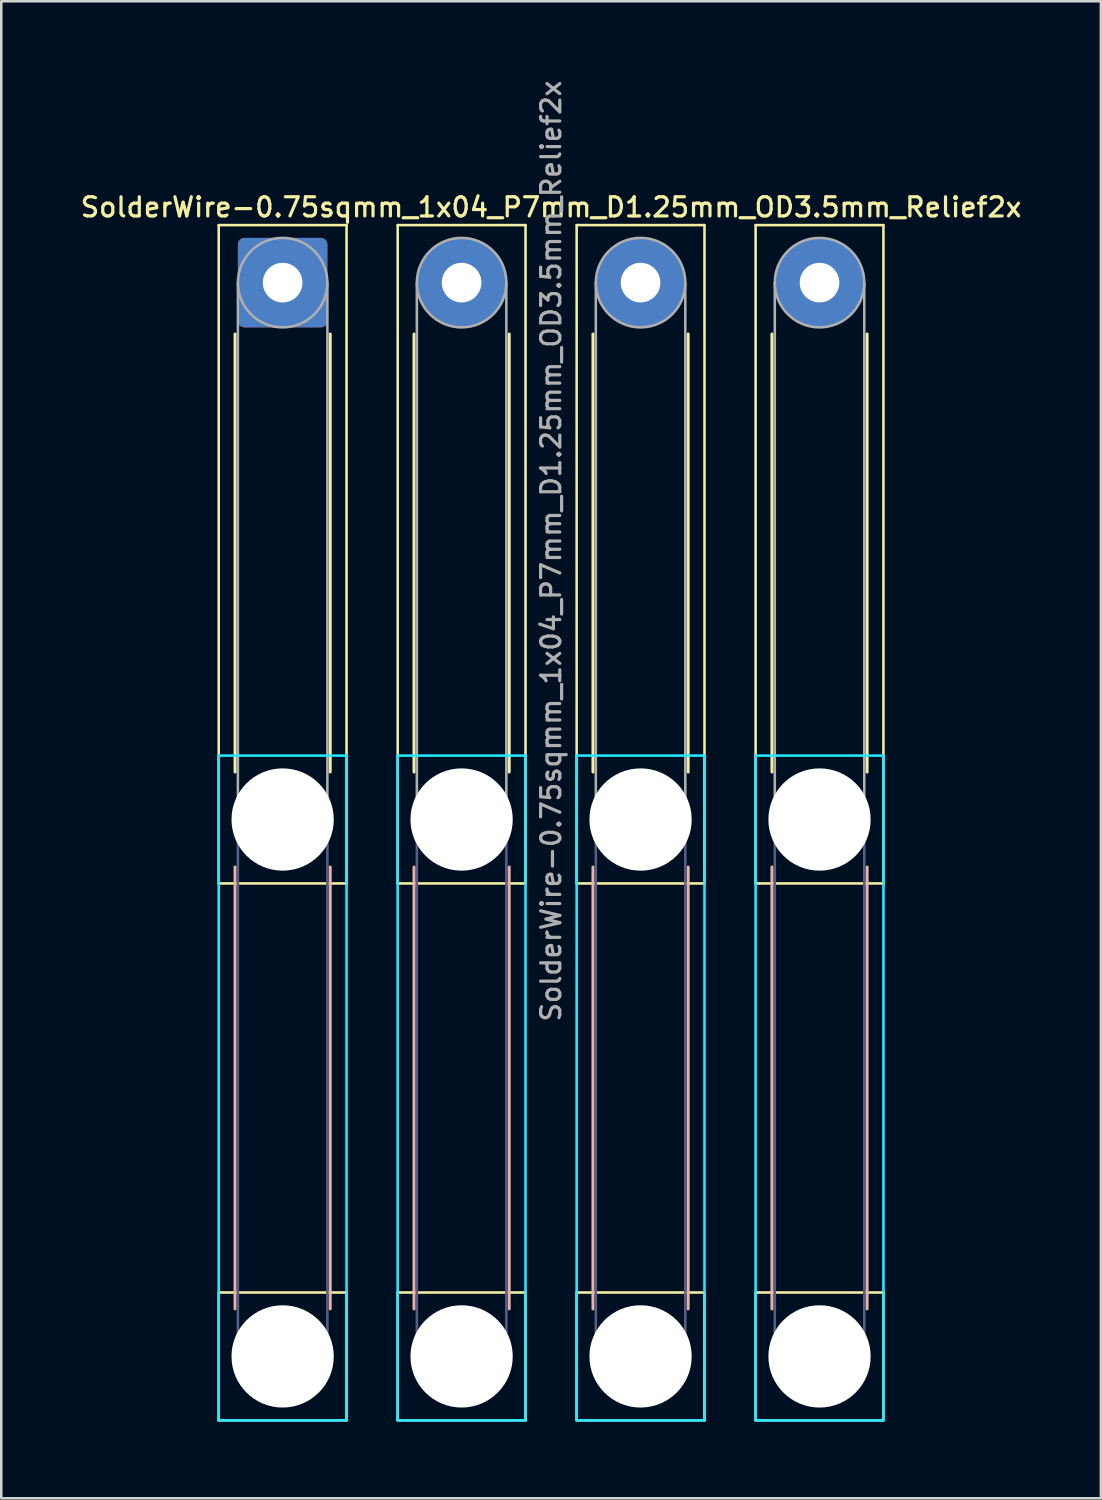
<source format=kicad_pcb>
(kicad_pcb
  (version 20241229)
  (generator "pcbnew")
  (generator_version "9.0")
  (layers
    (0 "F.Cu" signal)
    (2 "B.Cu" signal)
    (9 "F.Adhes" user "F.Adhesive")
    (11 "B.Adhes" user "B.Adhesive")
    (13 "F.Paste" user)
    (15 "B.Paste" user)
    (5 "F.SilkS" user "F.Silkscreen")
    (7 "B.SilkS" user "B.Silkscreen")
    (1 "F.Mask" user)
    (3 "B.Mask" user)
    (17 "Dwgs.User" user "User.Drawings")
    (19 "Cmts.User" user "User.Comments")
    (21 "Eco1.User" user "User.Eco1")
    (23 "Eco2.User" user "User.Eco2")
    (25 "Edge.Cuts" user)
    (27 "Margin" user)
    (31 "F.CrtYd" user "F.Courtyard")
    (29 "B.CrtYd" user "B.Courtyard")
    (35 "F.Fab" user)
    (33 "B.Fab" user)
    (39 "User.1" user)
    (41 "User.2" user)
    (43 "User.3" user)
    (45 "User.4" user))
  (footprint "SolderWire-0.75sqmm_1x04_P7mm_D1.25mm_OD3.5mm_Relief2x"
    (layer "F.Cu")
    (at 8.005 8.005)
    (property "Reference" "SolderWire-0.75sqmm_1x04_P7mm_D1.25mm_OD3.5mm_Relief2x" (at 10.5 -2.95 0) (layer "F.SilkS") (effects (font (size 0.75 0.75) (thickness 0.125))))
    (attr exclude_from_pos_files exclude_from_bom)
    (fp_line (start -2.5 -2.25) (end -2.5 23.5) (stroke (width 0.1) (type solid)) (layer "F.SilkS"))
    (fp_line (start -2.5 23.5) (end 2.5 23.5) (stroke (width 0.1) (type solid)) (layer "F.SilkS"))
    (fp_line (start -2.5 39.5) (end -2.5 44.5) (stroke (width 0.1) (type solid)) (layer "F.SilkS"))
    (fp_line (start -2.5 44.5) (end 2.5 44.5) (stroke (width 0.1) (type solid)) (layer "F.SilkS"))
    (fp_line (start -1.86 2.01) (end -1.86 19.14) (stroke (width 0.12) (type solid)) (layer "F.SilkS"))
    (fp_line (start 1.86 2.01) (end 1.86 19.14) (stroke (width 0.12) (type solid)) (layer "F.SilkS"))
    (fp_line (start 2.5 -2.25) (end -2.5 -2.25) (stroke (width 0.1) (type solid)) (layer "F.SilkS"))
    (fp_line (start 2.5 23.5) (end 2.5 -2.25) (stroke (width 0.1) (type solid)) (layer "F.SilkS"))
    (fp_line (start 2.5 39.5) (end -2.5 39.5) (stroke (width 0.1) (type solid)) (layer "F.SilkS"))
    (fp_line (start 2.5 44.5) (end 2.5 39.5) (stroke (width 0.1) (type solid)) (layer "F.SilkS"))
    (fp_line (start 4.5 -2.25) (end 4.5 23.5) (stroke (width 0.1) (type solid)) (layer "F.SilkS"))
    (fp_line (start 4.5 23.5) (end 9.5 23.5) (stroke (width 0.1) (type solid)) (layer "F.SilkS"))
    (fp_line (start 4.5 39.5) (end 4.5 44.5) (stroke (width 0.1) (type solid)) (layer "F.SilkS"))
    (fp_line (start 4.5 44.5) (end 9.5 44.5) (stroke (width 0.1) (type solid)) (layer "F.SilkS"))
    (fp_line (start 5.14 2.01) (end 5.14 19.14) (stroke (width 0.12) (type solid)) (layer "F.SilkS"))
    (fp_line (start 8.86 2.01) (end 8.86 19.14) (stroke (width 0.12) (type solid)) (layer "F.SilkS"))
    (fp_line (start 9.5 -2.25) (end 4.5 -2.25) (stroke (width 0.1) (type solid)) (layer "F.SilkS"))
    (fp_line (start 9.5 23.5) (end 9.5 -2.25) (stroke (width 0.1) (type solid)) (layer "F.SilkS"))
    (fp_line (start 9.5 39.5) (end 4.5 39.5) (stroke (width 0.1) (type solid)) (layer "F.SilkS"))
    (fp_line (start 9.5 44.5) (end 9.5 39.5) (stroke (width 0.1) (type solid)) (layer "F.SilkS"))
    (fp_line (start 11.5 -2.25) (end 11.5 23.5) (stroke (width 0.1) (type solid)) (layer "F.SilkS"))
    (fp_line (start 11.5 23.5) (end 16.5 23.5) (stroke (width 0.1) (type solid)) (layer "F.SilkS"))
    (fp_line (start 11.5 39.5) (end 11.5 44.5) (stroke (width 0.1) (type solid)) (layer "F.SilkS"))
    (fp_line (start 11.5 44.5) (end 16.5 44.5) (stroke (width 0.1) (type solid)) (layer "F.SilkS"))
    (fp_line (start 12.14 2.01) (end 12.14 19.14) (stroke (width 0.12) (type solid)) (layer "F.SilkS"))
    (fp_line (start 15.86 2.01) (end 15.86 19.14) (stroke (width 0.12) (type solid)) (layer "F.SilkS"))
    (fp_line (start 16.5 -2.25) (end 11.5 -2.25) (stroke (width 0.1) (type solid)) (layer "F.SilkS"))
    (fp_line (start 16.5 23.5) (end 16.5 -2.25) (stroke (width 0.1) (type solid)) (layer "F.SilkS"))
    (fp_line (start 16.5 39.5) (end 11.5 39.5) (stroke (width 0.1) (type solid)) (layer "F.SilkS"))
    (fp_line (start 16.5 44.5) (end 16.5 39.5) (stroke (width 0.1) (type solid)) (layer "F.SilkS"))
    (fp_line (start 18.5 -2.25) (end 18.5 23.5) (stroke (width 0.1) (type solid)) (layer "F.SilkS"))
    (fp_line (start 18.5 23.5) (end 23.5 23.5) (stroke (width 0.1) (type solid)) (layer "F.SilkS"))
    (fp_line (start 18.5 39.5) (end 18.5 44.5) (stroke (width 0.1) (type solid)) (layer "F.SilkS"))
    (fp_line (start 18.5 44.5) (end 23.5 44.5) (stroke (width 0.1) (type solid)) (layer "F.SilkS"))
    (fp_line (start 19.14 2.01) (end 19.14 19.14) (stroke (width 0.12) (type solid)) (layer "F.SilkS"))
    (fp_line (start 22.86 2.01) (end 22.86 19.14) (stroke (width 0.12) (type solid)) (layer "F.SilkS"))
    (fp_line (start 23.5 -2.25) (end 18.5 -2.25) (stroke (width 0.1) (type solid)) (layer "F.SilkS"))
    (fp_line (start 23.5 23.5) (end 23.5 -2.25) (stroke (width 0.1) (type solid)) (layer "F.SilkS"))
    (fp_line (start 23.5 39.5) (end 18.5 39.5) (stroke (width 0.1) (type solid)) (layer "F.SilkS"))
    (fp_line (start 23.5 44.5) (end 23.5 39.5) (stroke (width 0.1) (type solid)) (layer "F.SilkS"))
    (fp_line (start -1.86 22.86) (end -1.86 40.14) (stroke (width 0.12) (type solid)) (layer "B.SilkS"))
    (fp_line (start 1.86 22.86) (end 1.86 40.14) (stroke (width 0.12) (type solid)) (layer "B.SilkS"))
    (fp_line (start 5.14 22.86) (end 5.14 40.14) (stroke (width 0.12) (type solid)) (layer "B.SilkS"))
    (fp_line (start 8.86 22.86) (end 8.86 40.14) (stroke (width 0.12) (type solid)) (layer "B.SilkS"))
    (fp_line (start 12.14 22.86) (end 12.14 40.14) (stroke (width 0.12) (type solid)) (layer "B.SilkS"))
    (fp_line (start 15.86 22.86) (end 15.86 40.14) (stroke (width 0.12) (type solid)) (layer "B.SilkS"))
    (fp_line (start 19.14 22.86) (end 19.14 40.14) (stroke (width 0.12) (type solid)) (layer "B.SilkS"))
    (fp_line (start 22.86 22.86) (end 22.86 40.14) (stroke (width 0.12) (type solid)) (layer "B.SilkS"))
    (fp_line (start -2.5 18.5) (end -2.5 44.5) (stroke (width 0.1) (type solid)) (layer "B.CrtYd"))
    (fp_line (start -2.5 44.5) (end 2.5 44.5) (stroke (width 0.1) (type solid)) (layer "B.CrtYd"))
    (fp_line (start 2.5 18.5) (end -2.5 18.5) (stroke (width 0.1) (type solid)) (layer "B.CrtYd"))
    (fp_line (start 2.5 44.5) (end 2.5 18.5) (stroke (width 0.1) (type solid)) (layer "B.CrtYd"))
    (fp_line (start 4.5 18.5) (end 4.5 44.5) (stroke (width 0.1) (type solid)) (layer "B.CrtYd"))
    (fp_line (start 4.5 44.5) (end 9.5 44.5) (stroke (width 0.1) (type solid)) (layer "B.CrtYd"))
    (fp_line (start 9.5 18.5) (end 4.5 18.5) (stroke (width 0.1) (type solid)) (layer "B.CrtYd"))
    (fp_line (start 9.5 44.5) (end 9.5 18.5) (stroke (width 0.1) (type solid)) (layer "B.CrtYd"))
    (fp_line (start 11.5 18.5) (end 11.5 44.5) (stroke (width 0.1) (type solid)) (layer "B.CrtYd"))
    (fp_line (start 11.5 44.5) (end 16.5 44.5) (stroke (width 0.1) (type solid)) (layer "B.CrtYd"))
    (fp_line (start 16.5 18.5) (end 11.5 18.5) (stroke (width 0.1) (type solid)) (layer "B.CrtYd"))
    (fp_line (start 16.5 44.5) (end 16.5 18.5) (stroke (width 0.1) (type solid)) (layer "B.CrtYd"))
    (fp_line (start 18.5 18.5) (end 18.5 44.5) (stroke (width 0.1) (type solid)) (layer "B.CrtYd"))
    (fp_line (start 18.5 44.5) (end 23.5 44.5) (stroke (width 0.1) (type solid)) (layer "B.CrtYd"))
    (fp_line (start 23.5 18.5) (end 18.5 18.5) (stroke (width 0.1) (type solid)) (layer "B.CrtYd"))
    (fp_line (start 23.5 44.5) (end 23.5 18.5) (stroke (width 0.1) (type solid)) (layer "B.CrtYd"))
    (fp_line (start -1.75 21) (end -1.75 42) (stroke (width 0.1) (type solid)) (layer "B.Fab"))
    (fp_line (start 1.75 21) (end 1.75 42) (stroke (width 0.1) (type solid)) (layer "B.Fab"))
    (fp_line (start 5.25 21) (end 5.25 42) (stroke (width 0.1) (type solid)) (layer "B.Fab"))
    (fp_line (start 8.75 21) (end 8.75 42) (stroke (width 0.1) (type solid)) (layer "B.Fab"))
    (fp_line (start 12.25 21) (end 12.25 42) (stroke (width 0.1) (type solid)) (layer "B.Fab"))
    (fp_line (start 15.75 21) (end 15.75 42) (stroke (width 0.1) (type solid)) (layer "B.Fab"))
    (fp_line (start 19.25 21) (end 19.25 42) (stroke (width 0.1) (type solid)) (layer "B.Fab"))
    (fp_line (start 22.75 21) (end 22.75 42) (stroke (width 0.1) (type solid)) (layer "B.Fab"))
    (fp_circle (center 0 21) (end 1.75 21) (stroke (width 0.1) (type solid)) (fill no) (layer "B.Fab"))
    (fp_circle (center 0 42) (end 1.75 42) (stroke (width 0.1) (type solid)) (fill no) (layer "B.Fab"))
    (fp_circle (center 7 21) (end 8.75 21) (stroke (width 0.1) (type solid)) (fill no) (layer "B.Fab"))
    (fp_circle (center 7 42) (end 8.75 42) (stroke (width 0.1) (type solid)) (fill no) (layer "B.Fab"))
    (fp_circle (center 14 21) (end 15.75 21) (stroke (width 0.1) (type solid)) (fill no) (layer "B.Fab"))
    (fp_circle (center 14 42) (end 15.75 42) (stroke (width 0.1) (type solid)) (fill no) (layer "B.Fab"))
    (fp_circle (center 21 21) (end 22.75 21) (stroke (width 0.1) (type solid)) (fill no) (layer "B.Fab"))
    (fp_circle (center 21 42) (end 22.75 42) (stroke (width 0.1) (type solid)) (fill no) (layer "B.Fab"))
    (fp_line (start -1.75 0) (end -1.75 21) (stroke (width 0.1) (type solid)) (layer "F.Fab"))
    (fp_line (start 1.75 0) (end 1.75 21) (stroke (width 0.1) (type solid)) (layer "F.Fab"))
    (fp_line (start 5.25 0) (end 5.25 21) (stroke (width 0.1) (type solid)) (layer "F.Fab"))
    (fp_line (start 8.75 0) (end 8.75 21) (stroke (width 0.1) (type solid)) (layer "F.Fab"))
    (fp_line (start 12.25 0) (end 12.25 21) (stroke (width 0.1) (type solid)) (layer "F.Fab"))
    (fp_line (start 15.75 0) (end 15.75 21) (stroke (width 0.1) (type solid)) (layer "F.Fab"))
    (fp_line (start 19.25 0) (end 19.25 21) (stroke (width 0.1) (type solid)) (layer "F.Fab"))
    (fp_line (start 22.75 0) (end 22.75 21) (stroke (width 0.1) (type solid)) (layer "F.Fab"))
    (fp_circle (center 0 0) (end 1.75 0) (stroke (width 0.1) (type solid)) (fill no) (layer "F.Fab"))
    (fp_circle (center 0 21) (end 1.75 21) (stroke (width 0.1) (type solid)) (fill no) (layer "F.Fab"))
    (fp_circle (center 0 42) (end 1.75 42) (stroke (width 0.1) (type solid)) (fill no) (layer "F.Fab"))
    (fp_circle (center 7 0) (end 8.75 0) (stroke (width 0.1) (type solid)) (fill no) (layer "F.Fab"))
    (fp_circle (center 7 21) (end 8.75 21) (stroke (width 0.1) (type solid)) (fill no) (layer "F.Fab"))
    (fp_circle (center 7 42) (end 8.75 42) (stroke (width 0.1) (type solid)) (fill no) (layer "F.Fab"))
    (fp_circle (center 14 0) (end 15.75 0) (stroke (width 0.1) (type solid)) (fill no) (layer "F.Fab"))
    (fp_circle (center 14 21) (end 15.75 21) (stroke (width 0.1) (type solid)) (fill no) (layer "F.Fab"))
    (fp_circle (center 14 42) (end 15.75 42) (stroke (width 0.1) (type solid)) (fill no) (layer "F.Fab"))
    (fp_circle (center 21 0) (end 22.75 0) (stroke (width 0.1) (type solid)) (fill no) (layer "F.Fab"))
    (fp_circle (center 21 21) (end 22.75 21) (stroke (width 0.1) (type solid)) (fill no) (layer "F.Fab"))
    (fp_circle (center 21 42) (end 22.75 42) (stroke (width 0.1) (type solid)) (fill no) (layer "F.Fab"))
    (fp_text user "${REFERENCE}" (at 10.5 10.5 90) (layer "F.Fab") (effects (font (size 0.75 0.75) (thickness 0.125))))
    (pad "" np_thru_hole circle (at 0 21) (size 4 4) (drill 4) (layers "*.Cu" "*.Mask"))
    (pad "" np_thru_hole circle (at 0 42) (size 4 4) (drill 4) (layers "*.Cu" "*.Mask"))
    (pad "" np_thru_hole circle (at 7 21) (size 4 4) (drill 4) (layers "*.Cu" "*.Mask"))
    (pad "" np_thru_hole circle (at 7 42) (size 4 4) (drill 4) (layers "*.Cu" "*.Mask"))
    (pad "" np_thru_hole circle (at 14 21) (size 4 4) (drill 4) (layers "*.Cu" "*.Mask"))
    (pad "" np_thru_hole circle (at 14 42) (size 4 4) (drill 4) (layers "*.Cu" "*.Mask"))
    (pad "" np_thru_hole circle (at 21 21) (size 4 4) (drill 4) (layers "*.Cu" "*.Mask"))
    (pad "" np_thru_hole circle (at 21 42) (size 4 4) (drill 4) (layers "*.Cu" "*.Mask"))
    (pad "1" thru_hole roundrect (at 0 0) (size 3.5 3.5) (drill 1.55) (layers "*.Cu" "*.Mask") (roundrect_rratio 0.071))
    (pad "2" thru_hole circle (at 7 0) (size 3.5 3.5) (drill 1.55) (layers "*.Cu" "*.Mask"))
    (pad "3" thru_hole circle (at 14 0) (size 3.5 3.5) (drill 1.55) (layers "*.Cu" "*.Mask"))
    (pad "4" thru_hole circle (at 21 0) (size 3.5 3.5) (drill 1.55) (layers "*.Cu" "*.Mask")))
  (gr_rect
    (start -3 -3)
    (end 40.011 55.555)
    (stroke (width 0.1) (type default))
    (fill no)
    (layer "Edge.Cuts")))
</source>
